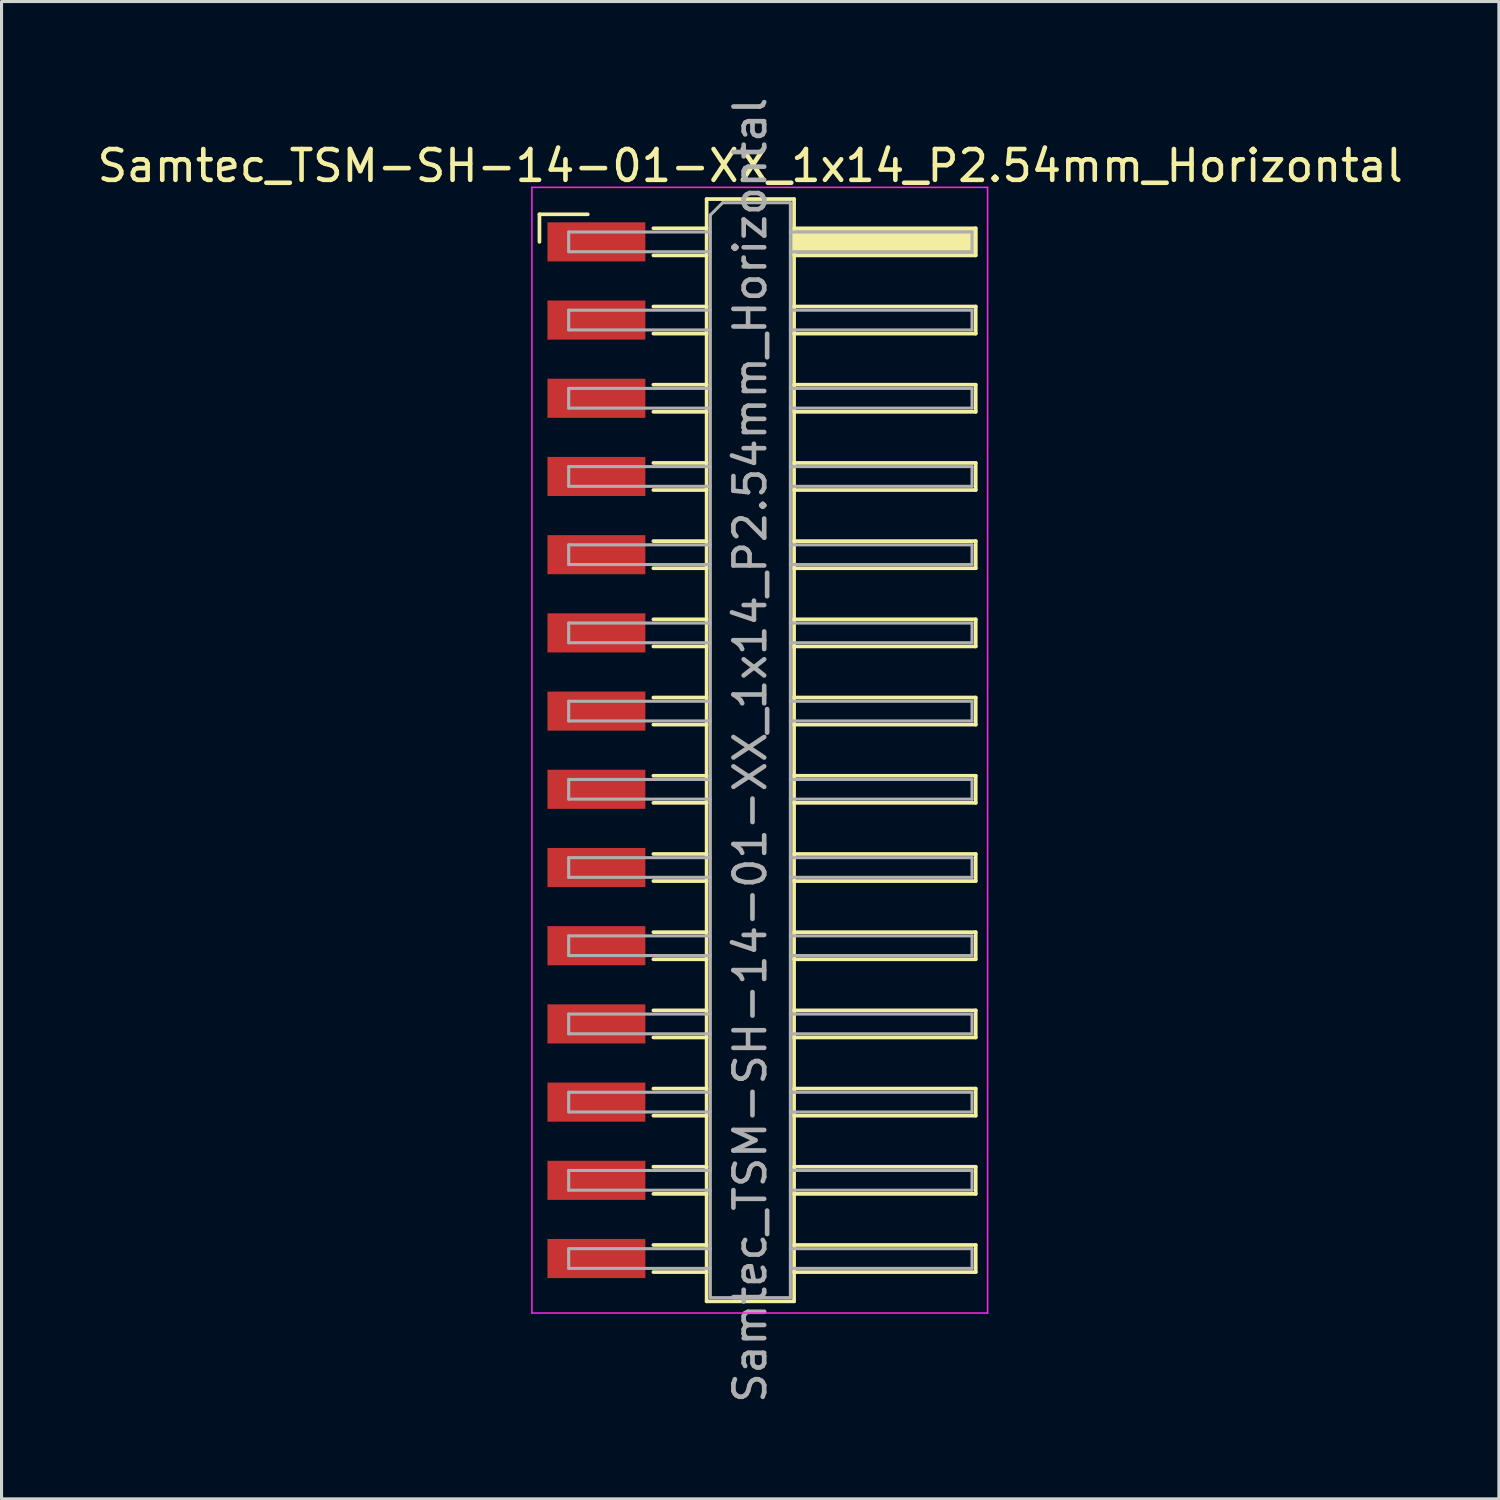
<source format=kicad_pcb>
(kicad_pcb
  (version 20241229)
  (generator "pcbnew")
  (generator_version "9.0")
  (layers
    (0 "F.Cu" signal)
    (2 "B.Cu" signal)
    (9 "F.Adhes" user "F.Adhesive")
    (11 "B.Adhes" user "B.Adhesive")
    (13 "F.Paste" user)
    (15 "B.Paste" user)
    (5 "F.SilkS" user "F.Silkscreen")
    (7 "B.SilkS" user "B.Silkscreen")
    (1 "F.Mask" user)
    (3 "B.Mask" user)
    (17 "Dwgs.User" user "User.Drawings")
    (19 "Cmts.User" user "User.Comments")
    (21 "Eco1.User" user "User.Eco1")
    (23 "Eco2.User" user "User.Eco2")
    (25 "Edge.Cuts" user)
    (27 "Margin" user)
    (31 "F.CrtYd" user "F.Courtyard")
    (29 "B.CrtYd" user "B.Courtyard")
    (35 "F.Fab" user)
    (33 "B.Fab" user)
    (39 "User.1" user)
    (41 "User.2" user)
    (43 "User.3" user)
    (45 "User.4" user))
  (footprint "Samtec_TSM-SH-14-01-XX_1x14_P2.54mm_Horizontal"
    (layer "F.Cu")
    (at 21.505 21.315)
    (property "Reference" "Samtec_TSM-SH-14-01-XX_1x14_P2.54mm_Horizontal" (at -0.19 -18.98 0) (layer "F.SilkS") (effects (font (size 1 1) (thickness 0.15))))
    (attr smd)
    (fp_line (start -7.035 -17.405) (end -5.465 -17.405) (stroke (width 0.12) (type solid)) (layer "F.SilkS"))
    (fp_line (start -7.035 -16.51) (end -7.035 -17.405) (stroke (width 0.12) (type solid)) (layer "F.SilkS"))
    (fp_line (start -3.335 -16.95) (end -1.605 -16.95) (stroke (width 0.12) (type solid)) (layer "F.SilkS"))
    (fp_line (start -3.335 -16.07) (end -1.605 -16.07) (stroke (width 0.12) (type solid)) (layer "F.SilkS"))
    (fp_line (start -3.335 -14.41) (end -1.605 -14.41) (stroke (width 0.12) (type solid)) (layer "F.SilkS"))
    (fp_line (start -3.335 -13.53) (end -1.605 -13.53) (stroke (width 0.12) (type solid)) (layer "F.SilkS"))
    (fp_line (start -3.335 -11.87) (end -1.605 -11.87) (stroke (width 0.12) (type solid)) (layer "F.SilkS"))
    (fp_line (start -3.335 -10.99) (end -1.605 -10.99) (stroke (width 0.12) (type solid)) (layer "F.SilkS"))
    (fp_line (start -3.335 -9.33) (end -1.605 -9.33) (stroke (width 0.12) (type solid)) (layer "F.SilkS"))
    (fp_line (start -3.335 -8.45) (end -1.605 -8.45) (stroke (width 0.12) (type solid)) (layer "F.SilkS"))
    (fp_line (start -3.335 -6.79) (end -1.605 -6.79) (stroke (width 0.12) (type solid)) (layer "F.SilkS"))
    (fp_line (start -3.335 -5.91) (end -1.605 -5.91) (stroke (width 0.12) (type solid)) (layer "F.SilkS"))
    (fp_line (start -3.335 -4.25) (end -1.605 -4.25) (stroke (width 0.12) (type solid)) (layer "F.SilkS"))
    (fp_line (start -3.335 -3.37) (end -1.605 -3.37) (stroke (width 0.12) (type solid)) (layer "F.SilkS"))
    (fp_line (start -3.335 -1.71) (end -1.605 -1.71) (stroke (width 0.12) (type solid)) (layer "F.SilkS"))
    (fp_line (start -3.335 -0.83) (end -1.605 -0.83) (stroke (width 0.12) (type solid)) (layer "F.SilkS"))
    (fp_line (start -3.335 0.83) (end -1.605 0.83) (stroke (width 0.12) (type solid)) (layer "F.SilkS"))
    (fp_line (start -3.335 1.71) (end -1.605 1.71) (stroke (width 0.12) (type solid)) (layer "F.SilkS"))
    (fp_line (start -3.335 3.37) (end -1.605 3.37) (stroke (width 0.12) (type solid)) (layer "F.SilkS"))
    (fp_line (start -3.335 4.25) (end -1.605 4.25) (stroke (width 0.12) (type solid)) (layer "F.SilkS"))
    (fp_line (start -3.335 5.91) (end -1.605 5.91) (stroke (width 0.12) (type solid)) (layer "F.SilkS"))
    (fp_line (start -3.335 6.79) (end -1.605 6.79) (stroke (width 0.12) (type solid)) (layer "F.SilkS"))
    (fp_line (start -3.335 8.45) (end -1.605 8.45) (stroke (width 0.12) (type solid)) (layer "F.SilkS"))
    (fp_line (start -3.335 9.33) (end -1.605 9.33) (stroke (width 0.12) (type solid)) (layer "F.SilkS"))
    (fp_line (start -3.335 10.99) (end -1.605 10.99) (stroke (width 0.12) (type solid)) (layer "F.SilkS"))
    (fp_line (start -3.335 11.87) (end -1.605 11.87) (stroke (width 0.12) (type solid)) (layer "F.SilkS"))
    (fp_line (start -3.335 13.53) (end -1.605 13.53) (stroke (width 0.12) (type solid)) (layer "F.SilkS"))
    (fp_line (start -3.335 14.41) (end -1.605 14.41) (stroke (width 0.12) (type solid)) (layer "F.SilkS"))
    (fp_line (start -3.335 16.07) (end -1.605 16.07) (stroke (width 0.12) (type solid)) (layer "F.SilkS"))
    (fp_line (start -3.335 16.95) (end -1.605 16.95) (stroke (width 0.12) (type solid)) (layer "F.SilkS"))
    (fp_line (start -1.605 -17.9) (end 1.235 -17.9) (stroke (width 0.12) (type solid)) (layer "F.SilkS"))
    (fp_line (start -1.605 17.9) (end -1.605 -17.9) (stroke (width 0.12) (type solid)) (layer "F.SilkS"))
    (fp_line (start 1.235 -17.9) (end 1.235 17.9) (stroke (width 0.12) (type solid)) (layer "F.SilkS"))
    (fp_line (start 1.235 -16.95) (end 7.135 -16.95) (stroke (width 0.12) (type solid)) (layer "F.SilkS"))
    (fp_line (start 1.235 -14.41) (end 7.135 -14.41) (stroke (width 0.12) (type solid)) (layer "F.SilkS"))
    (fp_line (start 1.235 -11.87) (end 7.135 -11.87) (stroke (width 0.12) (type solid)) (layer "F.SilkS"))
    (fp_line (start 1.235 -9.33) (end 7.135 -9.33) (stroke (width 0.12) (type solid)) (layer "F.SilkS"))
    (fp_line (start 1.235 -6.79) (end 7.135 -6.79) (stroke (width 0.12) (type solid)) (layer "F.SilkS"))
    (fp_line (start 1.235 -4.25) (end 7.135 -4.25) (stroke (width 0.12) (type solid)) (layer "F.SilkS"))
    (fp_line (start 1.235 -1.71) (end 7.135 -1.71) (stroke (width 0.12) (type solid)) (layer "F.SilkS"))
    (fp_line (start 1.235 0.83) (end 7.135 0.83) (stroke (width 0.12) (type solid)) (layer "F.SilkS"))
    (fp_line (start 1.235 3.37) (end 7.135 3.37) (stroke (width 0.12) (type solid)) (layer "F.SilkS"))
    (fp_line (start 1.235 5.91) (end 7.135 5.91) (stroke (width 0.12) (type solid)) (layer "F.SilkS"))
    (fp_line (start 1.235 8.45) (end 7.135 8.45) (stroke (width 0.12) (type solid)) (layer "F.SilkS"))
    (fp_line (start 1.235 10.99) (end 7.135 10.99) (stroke (width 0.12) (type solid)) (layer "F.SilkS"))
    (fp_line (start 1.235 13.53) (end 7.135 13.53) (stroke (width 0.12) (type solid)) (layer "F.SilkS"))
    (fp_line (start 1.235 16.07) (end 7.135 16.07) (stroke (width 0.12) (type solid)) (layer "F.SilkS"))
    (fp_line (start 1.235 17.9) (end -1.605 17.9) (stroke (width 0.12) (type solid)) (layer "F.SilkS"))
    (fp_line (start 7.135 -16.95) (end 7.135 -16.07) (stroke (width 0.12) (type solid)) (layer "F.SilkS"))
    (fp_line (start 7.135 -16.07) (end 1.235 -16.07) (stroke (width 0.12) (type solid)) (layer "F.SilkS"))
    (fp_line (start 7.135 -14.41) (end 7.135 -13.53) (stroke (width 0.12) (type solid)) (layer "F.SilkS"))
    (fp_line (start 7.135 -13.53) (end 1.235 -13.53) (stroke (width 0.12) (type solid)) (layer "F.SilkS"))
    (fp_line (start 7.135 -11.87) (end 7.135 -10.99) (stroke (width 0.12) (type solid)) (layer "F.SilkS"))
    (fp_line (start 7.135 -10.99) (end 1.235 -10.99) (stroke (width 0.12) (type solid)) (layer "F.SilkS"))
    (fp_line (start 7.135 -9.33) (end 7.135 -8.45) (stroke (width 0.12) (type solid)) (layer "F.SilkS"))
    (fp_line (start 7.135 -8.45) (end 1.235 -8.45) (stroke (width 0.12) (type solid)) (layer "F.SilkS"))
    (fp_line (start 7.135 -6.79) (end 7.135 -5.91) (stroke (width 0.12) (type solid)) (layer "F.SilkS"))
    (fp_line (start 7.135 -5.91) (end 1.235 -5.91) (stroke (width 0.12) (type solid)) (layer "F.SilkS"))
    (fp_line (start 7.135 -4.25) (end 7.135 -3.37) (stroke (width 0.12) (type solid)) (layer "F.SilkS"))
    (fp_line (start 7.135 -3.37) (end 1.235 -3.37) (stroke (width 0.12) (type solid)) (layer "F.SilkS"))
    (fp_line (start 7.135 -1.71) (end 7.135 -0.83) (stroke (width 0.12) (type solid)) (layer "F.SilkS"))
    (fp_line (start 7.135 -0.83) (end 1.235 -0.83) (stroke (width 0.12) (type solid)) (layer "F.SilkS"))
    (fp_line (start 7.135 0.83) (end 7.135 1.71) (stroke (width 0.12) (type solid)) (layer "F.SilkS"))
    (fp_line (start 7.135 1.71) (end 1.235 1.71) (stroke (width 0.12) (type solid)) (layer "F.SilkS"))
    (fp_line (start 7.135 3.37) (end 7.135 4.25) (stroke (width 0.12) (type solid)) (layer "F.SilkS"))
    (fp_line (start 7.135 4.25) (end 1.235 4.25) (stroke (width 0.12) (type solid)) (layer "F.SilkS"))
    (fp_line (start 7.135 5.91) (end 7.135 6.79) (stroke (width 0.12) (type solid)) (layer "F.SilkS"))
    (fp_line (start 7.135 6.79) (end 1.235 6.79) (stroke (width 0.12) (type solid)) (layer "F.SilkS"))
    (fp_line (start 7.135 8.45) (end 7.135 9.33) (stroke (width 0.12) (type solid)) (layer "F.SilkS"))
    (fp_line (start 7.135 9.33) (end 1.235 9.33) (stroke (width 0.12) (type solid)) (layer "F.SilkS"))
    (fp_line (start 7.135 10.99) (end 7.135 11.87) (stroke (width 0.12) (type solid)) (layer "F.SilkS"))
    (fp_line (start 7.135 11.87) (end 1.235 11.87) (stroke (width 0.12) (type solid)) (layer "F.SilkS"))
    (fp_line (start 7.135 13.53) (end 7.135 14.41) (stroke (width 0.12) (type solid)) (layer "F.SilkS"))
    (fp_line (start 7.135 14.41) (end 1.235 14.41) (stroke (width 0.12) (type solid)) (layer "F.SilkS"))
    (fp_line (start 7.135 16.07) (end 7.135 16.95) (stroke (width 0.12) (type solid)) (layer "F.SilkS"))
    (fp_line (start 7.135 16.95) (end 1.235 16.95) (stroke (width 0.12) (type solid)) (layer "F.SilkS"))
    (fp_line (start -7.28 -18.28) (end 7.52 -18.28) (stroke (width 0.05) (type solid)) (layer "F.CrtYd"))
    (fp_line (start -7.28 18.28) (end -7.28 -18.28) (stroke (width 0.05) (type solid)) (layer "F.CrtYd"))
    (fp_line (start 7.52 -18.28) (end 7.52 18.28) (stroke (width 0.05) (type solid)) (layer "F.CrtYd"))
    (fp_line (start 7.52 18.28) (end -7.28 18.28) (stroke (width 0.05) (type solid)) (layer "F.CrtYd"))
    (fp_line (start -6.085 -16.83) (end -6.085 -16.19) (stroke (width 0.1) (type solid)) (layer "F.Fab"))
    (fp_line (start -6.085 -16.19) (end -1.485 -16.19) (stroke (width 0.1) (type solid)) (layer "F.Fab"))
    (fp_line (start -6.085 -14.29) (end -6.085 -13.65) (stroke (width 0.1) (type solid)) (layer "F.Fab"))
    (fp_line (start -6.085 -13.65) (end -1.485 -13.65) (stroke (width 0.1) (type solid)) (layer "F.Fab"))
    (fp_line (start -6.085 -11.75) (end -6.085 -11.11) (stroke (width 0.1) (type solid)) (layer "F.Fab"))
    (fp_line (start -6.085 -11.11) (end -1.485 -11.11) (stroke (width 0.1) (type solid)) (layer "F.Fab"))
    (fp_line (start -6.085 -9.21) (end -6.085 -8.57) (stroke (width 0.1) (type solid)) (layer "F.Fab"))
    (fp_line (start -6.085 -8.57) (end -1.485 -8.57) (stroke (width 0.1) (type solid)) (layer "F.Fab"))
    (fp_line (start -6.085 -6.67) (end -6.085 -6.03) (stroke (width 0.1) (type solid)) (layer "F.Fab"))
    (fp_line (start -6.085 -6.03) (end -1.485 -6.03) (stroke (width 0.1) (type solid)) (layer "F.Fab"))
    (fp_line (start -6.085 -4.13) (end -6.085 -3.49) (stroke (width 0.1) (type solid)) (layer "F.Fab"))
    (fp_line (start -6.085 -3.49) (end -1.485 -3.49) (stroke (width 0.1) (type solid)) (layer "F.Fab"))
    (fp_line (start -6.085 -1.59) (end -6.085 -0.95) (stroke (width 0.1) (type solid)) (layer "F.Fab"))
    (fp_line (start -6.085 -0.95) (end -1.485 -0.95) (stroke (width 0.1) (type solid)) (layer "F.Fab"))
    (fp_line (start -6.085 0.95) (end -6.085 1.59) (stroke (width 0.1) (type solid)) (layer "F.Fab"))
    (fp_line (start -6.085 1.59) (end -1.485 1.59) (stroke (width 0.1) (type solid)) (layer "F.Fab"))
    (fp_line (start -6.085 3.49) (end -6.085 4.13) (stroke (width 0.1) (type solid)) (layer "F.Fab"))
    (fp_line (start -6.085 4.13) (end -1.485 4.13) (stroke (width 0.1) (type solid)) (layer "F.Fab"))
    (fp_line (start -6.085 6.03) (end -6.085 6.67) (stroke (width 0.1) (type solid)) (layer "F.Fab"))
    (fp_line (start -6.085 6.67) (end -1.485 6.67) (stroke (width 0.1) (type solid)) (layer "F.Fab"))
    (fp_line (start -6.085 8.57) (end -6.085 9.21) (stroke (width 0.1) (type solid)) (layer "F.Fab"))
    (fp_line (start -6.085 9.21) (end -1.485 9.21) (stroke (width 0.1) (type solid)) (layer "F.Fab"))
    (fp_line (start -6.085 11.11) (end -6.085 11.75) (stroke (width 0.1) (type solid)) (layer "F.Fab"))
    (fp_line (start -6.085 11.75) (end -1.485 11.75) (stroke (width 0.1) (type solid)) (layer "F.Fab"))
    (fp_line (start -6.085 13.65) (end -6.085 14.29) (stroke (width 0.1) (type solid)) (layer "F.Fab"))
    (fp_line (start -6.085 14.29) (end -1.485 14.29) (stroke (width 0.1) (type solid)) (layer "F.Fab"))
    (fp_line (start -6.085 16.19) (end -6.085 16.83) (stroke (width 0.1) (type solid)) (layer "F.Fab"))
    (fp_line (start -6.085 16.83) (end -1.485 16.83) (stroke (width 0.1) (type solid)) (layer "F.Fab"))
    (fp_line (start -1.485 -17.38) (end -1.085 -17.78) (stroke (width 0.1) (type solid)) (layer "F.Fab"))
    (fp_line (start -1.485 -16.83) (end -6.085 -16.83) (stroke (width 0.1) (type solid)) (layer "F.Fab"))
    (fp_line (start -1.485 -14.29) (end -6.085 -14.29) (stroke (width 0.1) (type solid)) (layer "F.Fab"))
    (fp_line (start -1.485 -11.75) (end -6.085 -11.75) (stroke (width 0.1) (type solid)) (layer "F.Fab"))
    (fp_line (start -1.485 -9.21) (end -6.085 -9.21) (stroke (width 0.1) (type solid)) (layer "F.Fab"))
    (fp_line (start -1.485 -6.67) (end -6.085 -6.67) (stroke (width 0.1) (type solid)) (layer "F.Fab"))
    (fp_line (start -1.485 -4.13) (end -6.085 -4.13) (stroke (width 0.1) (type solid)) (layer "F.Fab"))
    (fp_line (start -1.485 -1.59) (end -6.085 -1.59) (stroke (width 0.1) (type solid)) (layer "F.Fab"))
    (fp_line (start -1.485 0.95) (end -6.085 0.95) (stroke (width 0.1) (type solid)) (layer "F.Fab"))
    (fp_line (start -1.485 3.49) (end -6.085 3.49) (stroke (width 0.1) (type solid)) (layer "F.Fab"))
    (fp_line (start -1.485 6.03) (end -6.085 6.03) (stroke (width 0.1) (type solid)) (layer "F.Fab"))
    (fp_line (start -1.485 8.57) (end -6.085 8.57) (stroke (width 0.1) (type solid)) (layer "F.Fab"))
    (fp_line (start -1.485 11.11) (end -6.085 11.11) (stroke (width 0.1) (type solid)) (layer "F.Fab"))
    (fp_line (start -1.485 13.65) (end -6.085 13.65) (stroke (width 0.1) (type solid)) (layer "F.Fab"))
    (fp_line (start -1.485 16.19) (end -6.085 16.19) (stroke (width 0.1) (type solid)) (layer "F.Fab"))
    (fp_line (start -1.485 17.78) (end -1.485 -17.38) (stroke (width 0.1) (type solid)) (layer "F.Fab"))
    (fp_line (start -1.085 -17.78) (end 1.115 -17.78) (stroke (width 0.1) (type solid)) (layer "F.Fab"))
    (fp_line (start 1.115 -17.78) (end 1.115 17.78) (stroke (width 0.1) (type solid)) (layer "F.Fab"))
    (fp_line (start 1.115 -16.83) (end 7.015 -16.83) (stroke (width 0.1) (type solid)) (layer "F.Fab"))
    (fp_line (start 1.115 -14.29) (end 7.015 -14.29) (stroke (width 0.1) (type solid)) (layer "F.Fab"))
    (fp_line (start 1.115 -11.75) (end 7.015 -11.75) (stroke (width 0.1) (type solid)) (layer "F.Fab"))
    (fp_line (start 1.115 -9.21) (end 7.015 -9.21) (stroke (width 0.1) (type solid)) (layer "F.Fab"))
    (fp_line (start 1.115 -6.67) (end 7.015 -6.67) (stroke (width 0.1) (type solid)) (layer "F.Fab"))
    (fp_line (start 1.115 -4.13) (end 7.015 -4.13) (stroke (width 0.1) (type solid)) (layer "F.Fab"))
    (fp_line (start 1.115 -1.59) (end 7.015 -1.59) (stroke (width 0.1) (type solid)) (layer "F.Fab"))
    (fp_line (start 1.115 0.95) (end 7.015 0.95) (stroke (width 0.1) (type solid)) (layer "F.Fab"))
    (fp_line (start 1.115 3.49) (end 7.015 3.49) (stroke (width 0.1) (type solid)) (layer "F.Fab"))
    (fp_line (start 1.115 6.03) (end 7.015 6.03) (stroke (width 0.1) (type solid)) (layer "F.Fab"))
    (fp_line (start 1.115 8.57) (end 7.015 8.57) (stroke (width 0.1) (type solid)) (layer "F.Fab"))
    (fp_line (start 1.115 11.11) (end 7.015 11.11) (stroke (width 0.1) (type solid)) (layer "F.Fab"))
    (fp_line (start 1.115 13.65) (end 7.015 13.65) (stroke (width 0.1) (type solid)) (layer "F.Fab"))
    (fp_line (start 1.115 16.19) (end 7.015 16.19) (stroke (width 0.1) (type solid)) (layer "F.Fab"))
    (fp_line (start 1.115 17.78) (end -1.485 17.78) (stroke (width 0.1) (type solid)) (layer "F.Fab"))
    (fp_line (start 7.015 -16.83) (end 7.015 -16.19) (stroke (width 0.1) (type solid)) (layer "F.Fab"))
    (fp_line (start 7.015 -16.19) (end 1.115 -16.19) (stroke (width 0.1) (type solid)) (layer "F.Fab"))
    (fp_line (start 7.015 -14.29) (end 7.015 -13.65) (stroke (width 0.1) (type solid)) (layer "F.Fab"))
    (fp_line (start 7.015 -13.65) (end 1.115 -13.65) (stroke (width 0.1) (type solid)) (layer "F.Fab"))
    (fp_line (start 7.015 -11.75) (end 7.015 -11.11) (stroke (width 0.1) (type solid)) (layer "F.Fab"))
    (fp_line (start 7.015 -11.11) (end 1.115 -11.11) (stroke (width 0.1) (type solid)) (layer "F.Fab"))
    (fp_line (start 7.015 -9.21) (end 7.015 -8.57) (stroke (width 0.1) (type solid)) (layer "F.Fab"))
    (fp_line (start 7.015 -8.57) (end 1.115 -8.57) (stroke (width 0.1) (type solid)) (layer "F.Fab"))
    (fp_line (start 7.015 -6.67) (end 7.015 -6.03) (stroke (width 0.1) (type solid)) (layer "F.Fab"))
    (fp_line (start 7.015 -6.03) (end 1.115 -6.03) (stroke (width 0.1) (type solid)) (layer "F.Fab"))
    (fp_line (start 7.015 -4.13) (end 7.015 -3.49) (stroke (width 0.1) (type solid)) (layer "F.Fab"))
    (fp_line (start 7.015 -3.49) (end 1.115 -3.49) (stroke (width 0.1) (type solid)) (layer "F.Fab"))
    (fp_line (start 7.015 -1.59) (end 7.015 -0.95) (stroke (width 0.1) (type solid)) (layer "F.Fab"))
    (fp_line (start 7.015 -0.95) (end 1.115 -0.95) (stroke (width 0.1) (type solid)) (layer "F.Fab"))
    (fp_line (start 7.015 0.95) (end 7.015 1.59) (stroke (width 0.1) (type solid)) (layer "F.Fab"))
    (fp_line (start 7.015 1.59) (end 1.115 1.59) (stroke (width 0.1) (type solid)) (layer "F.Fab"))
    (fp_line (start 7.015 3.49) (end 7.015 4.13) (stroke (width 0.1) (type solid)) (layer "F.Fab"))
    (fp_line (start 7.015 4.13) (end 1.115 4.13) (stroke (width 0.1) (type solid)) (layer "F.Fab"))
    (fp_line (start 7.015 6.03) (end 7.015 6.67) (stroke (width 0.1) (type solid)) (layer "F.Fab"))
    (fp_line (start 7.015 6.67) (end 1.115 6.67) (stroke (width 0.1) (type solid)) (layer "F.Fab"))
    (fp_line (start 7.015 8.57) (end 7.015 9.21) (stroke (width 0.1) (type solid)) (layer "F.Fab"))
    (fp_line (start 7.015 9.21) (end 1.115 9.21) (stroke (width 0.1) (type solid)) (layer "F.Fab"))
    (fp_line (start 7.015 11.11) (end 7.015 11.75) (stroke (width 0.1) (type solid)) (layer "F.Fab"))
    (fp_line (start 7.015 11.75) (end 1.115 11.75) (stroke (width 0.1) (type solid)) (layer "F.Fab"))
    (fp_line (start 7.015 13.65) (end 7.015 14.29) (stroke (width 0.1) (type solid)) (layer "F.Fab"))
    (fp_line (start 7.015 14.29) (end 1.115 14.29) (stroke (width 0.1) (type solid)) (layer "F.Fab"))
    (fp_line (start 7.015 16.19) (end 7.015 16.83) (stroke (width 0.1) (type solid)) (layer "F.Fab"))
    (fp_line (start 7.015 16.83) (end 1.115 16.83) (stroke (width 0.1) (type solid)) (layer "F.Fab"))
    (fp_text user "${REFERENCE}" (at -0.19 0 90) (layer "F.Fab") (effects (font (size 1 1) (thickness 0.15))))
    (pad "" smd rect (at 4.185 -16.51) (size 6 0.76) (layers "F.SilkS"))
    (pad "1" smd rect (at -5.185 -16.51) (size 3.18 1.27) (layers "F.Cu" "F.Mask" "F.Paste"))
    (pad "2" smd rect (at -5.185 -13.97) (size 3.18 1.27) (layers "F.Cu" "F.Mask" "F.Paste"))
    (pad "3" smd rect (at -5.185 -11.43) (size 3.18 1.27) (layers "F.Cu" "F.Mask" "F.Paste"))
    (pad "4" smd rect (at -5.185 -8.89) (size 3.18 1.27) (layers "F.Cu" "F.Mask" "F.Paste"))
    (pad "5" smd rect (at -5.185 -6.35) (size 3.18 1.27) (layers "F.Cu" "F.Mask" "F.Paste"))
    (pad "6" smd rect (at -5.185 -3.81) (size 3.18 1.27) (layers "F.Cu" "F.Mask" "F.Paste"))
    (pad "7" smd rect (at -5.185 -1.27) (size 3.18 1.27) (layers "F.Cu" "F.Mask" "F.Paste"))
    (pad "8" smd rect (at -5.185 1.27) (size 3.18 1.27) (layers "F.Cu" "F.Mask" "F.Paste"))
    (pad "9" smd rect (at -5.185 3.81) (size 3.18 1.27) (layers "F.Cu" "F.Mask" "F.Paste"))
    (pad "10" smd rect (at -5.185 6.35) (size 3.18 1.27) (layers "F.Cu" "F.Mask" "F.Paste"))
    (pad "11" smd rect (at -5.185 8.89) (size 3.18 1.27) (layers "F.Cu" "F.Mask" "F.Paste"))
    (pad "12" smd rect (at -5.185 11.43) (size 3.18 1.27) (layers "F.Cu" "F.Mask" "F.Paste"))
    (pad "13" smd rect (at -5.185 13.97) (size 3.18 1.27) (layers "F.Cu" "F.Mask" "F.Paste"))
    (pad "14" smd rect (at -5.185 16.51) (size 3.18 1.27) (layers "F.Cu" "F.Mask" "F.Paste")))
  (gr_rect
    (start -3 -3)
    (end 45.631 45.631)
    (stroke (width 0.1) (type default))
    (fill no)
    (layer "Edge.Cuts")))
</source>
